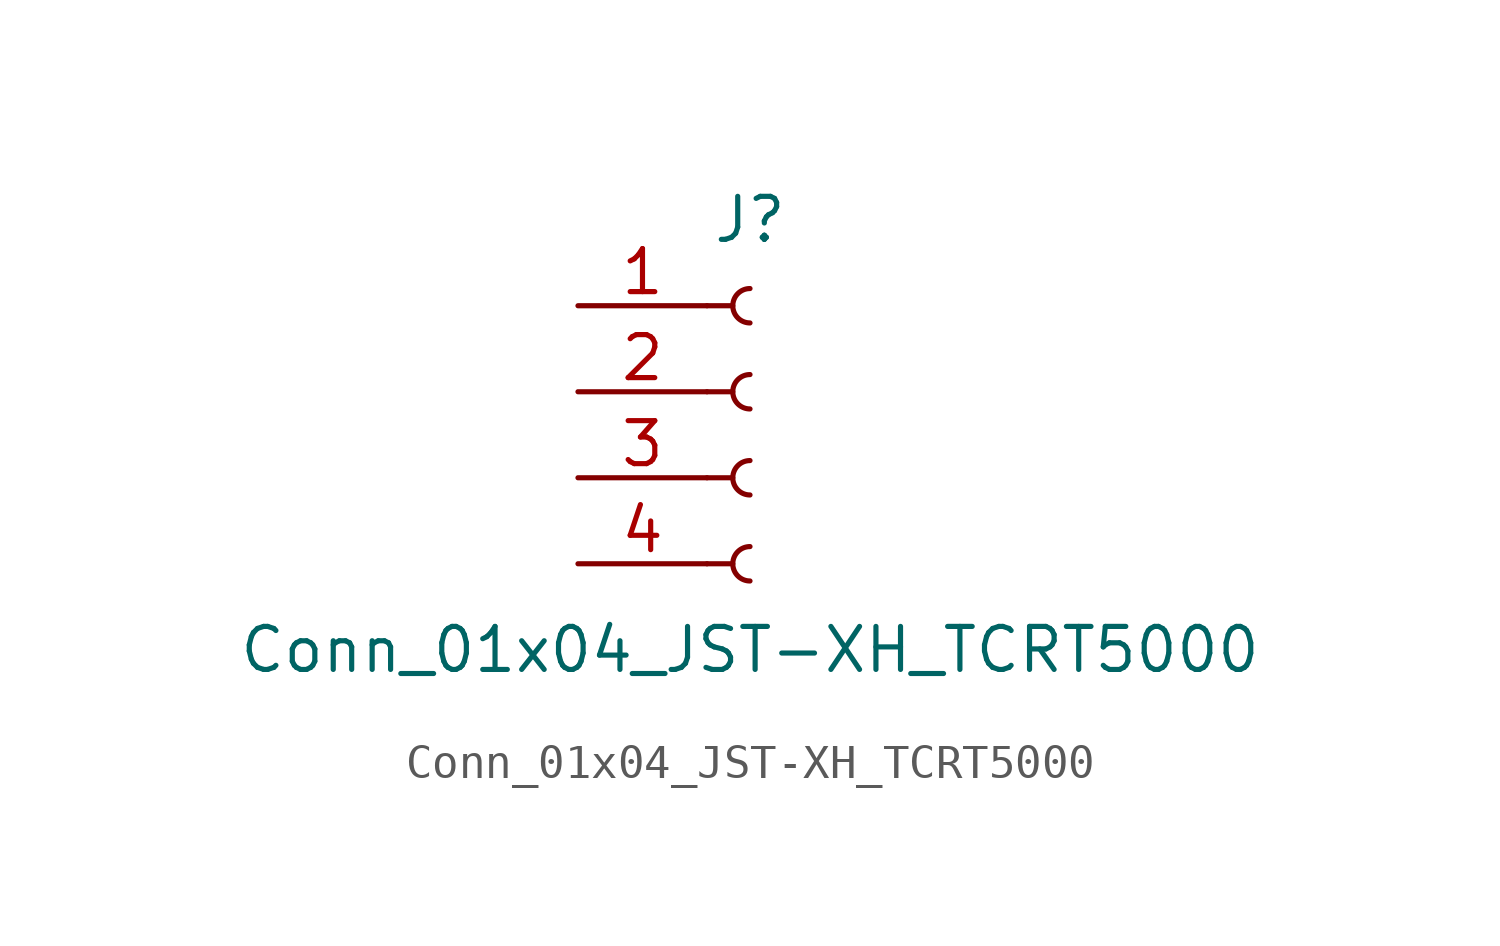
<source format=kicad_sym>
(kicad_symbol_lib
  (version 20241209)
  (generator "kicad_symbol_editor")
  (generator_version "9.0")
  (symbol "Conn_01x04_JST-XH_TCRT5000"
    (pin_names
      (offset 1.016)
      (hide yes))
    (property "Reference" "J"
      (at 0 5.08 0)
      (effects (font (size 1.27 1.27))))
    (property "Value" "Conn_01x04_JST-XH_TCRT5000"
      (at 0 -7.62 0)
      (effects (font (size 1.27 1.27))))
    (symbol "Conn_01x04_JST-XH_TCRT5000_1_1"
      (polyline (pts (xy -1.27 2.54) (xy -0.508 2.54)) (stroke (width 0.152) (type default)) (fill (type none)))
      (polyline (pts (xy -1.27 0) (xy -0.508 0)) (stroke (width 0.152) (type default)) (fill (type none)))
      (polyline (pts (xy -1.27 -2.54) (xy -0.508 -2.54)) (stroke (width 0.152) (type default)) (fill (type none)))
      (polyline (pts (xy -1.27 -5.08) (xy -0.508 -5.08)) (stroke (width 0.152) (type default)) (fill (type none)))
      (arc (start 0 2.032) (mid -0.5058 2.54) (end 0 3.048) (stroke (width 0.1524) (type default)) (fill (type none)))
      (arc (start 0 -0.508) (mid -0.5058 0) (end 0 0.508) (stroke (width 0.1524) (type default)) (fill (type none)))
      (arc (start 0 -3.048) (mid -0.5058 -2.54) (end 0 -2.032) (stroke (width 0.1524) (type default)) (fill (type none)))
      (arc (start 0 -5.588) (mid -0.5058 -5.08) (end 0 -4.572) (stroke (width 0.1524) (type default)) (fill (type none)))
      (pin power_in line (at -5.08 2.54 0) (length 3.81) (name "VCC" (effects (font (size 1.27 1.27)))) (number "1" (effects (font (size 1.27 1.27)))))
      (pin power_in line (at -5.08 0 0) (length 3.81) (name "GND" (effects (font (size 1.27 1.27)))) (number "2" (effects (font (size 1.27 1.27)))))
      (pin bidirectional line (at -5.08 -2.54 0) (length 3.81) (name "TCRT5000_1" (effects (font (size 1.27 1.27)))) (number "3" (effects (font (size 1.27 1.27)))))
      (pin bidirectional line (at -5.08 -5.08 0) (length 3.81) (name "TCRT5000_2" (effects (font (size 1.27 1.27)))) (number "4" (effects (font (size 1.27 1.27))))))))
</source>
